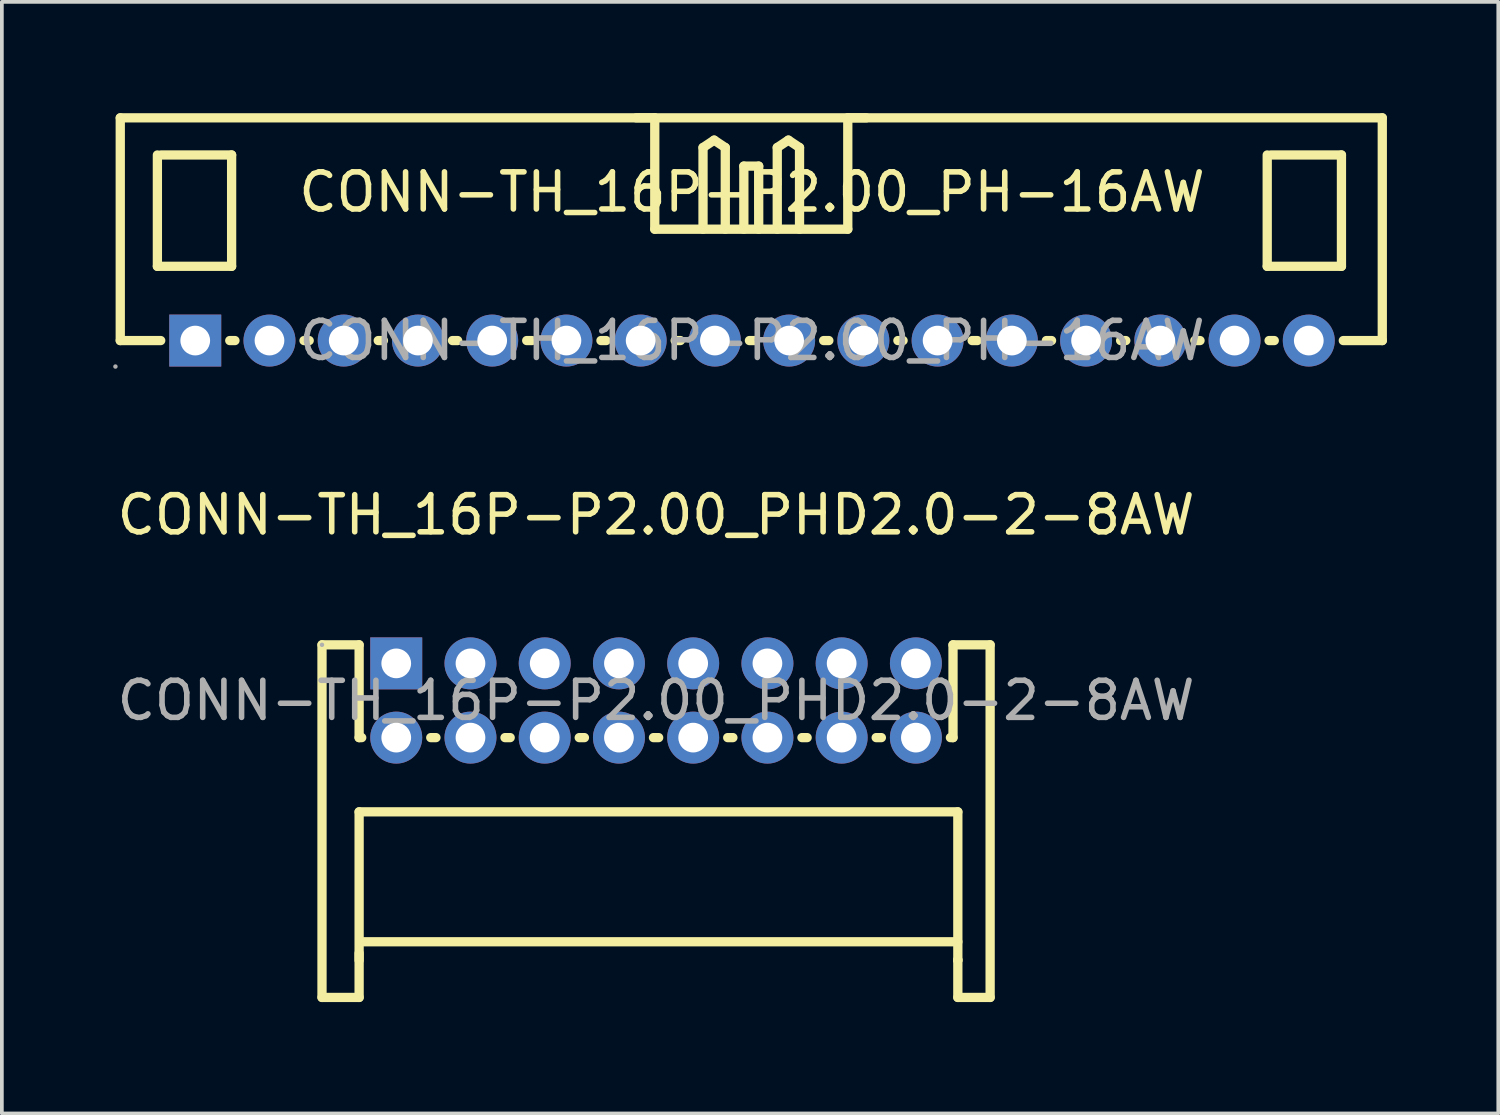
<source format=kicad_pcb>
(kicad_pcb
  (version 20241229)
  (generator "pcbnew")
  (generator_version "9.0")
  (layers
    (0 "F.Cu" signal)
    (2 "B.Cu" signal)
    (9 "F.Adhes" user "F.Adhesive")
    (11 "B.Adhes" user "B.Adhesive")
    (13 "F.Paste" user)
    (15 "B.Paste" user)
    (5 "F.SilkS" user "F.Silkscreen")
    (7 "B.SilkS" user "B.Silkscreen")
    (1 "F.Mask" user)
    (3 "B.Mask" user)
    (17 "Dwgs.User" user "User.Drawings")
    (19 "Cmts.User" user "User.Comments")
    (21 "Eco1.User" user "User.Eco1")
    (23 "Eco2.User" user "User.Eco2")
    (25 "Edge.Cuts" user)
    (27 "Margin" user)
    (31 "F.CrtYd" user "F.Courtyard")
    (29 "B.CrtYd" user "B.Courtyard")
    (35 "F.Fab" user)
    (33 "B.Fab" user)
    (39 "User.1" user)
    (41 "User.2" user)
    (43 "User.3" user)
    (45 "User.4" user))
  (footprint "CONN-TH_16P-P2.00_PHD2.0-2-8AW"
    (layer "F.Cu")
    (at 14.625 15.822)
    (property "Reference" "CONN-TH_16P-P2.00_PHD2.0-2-8AW" (at 0 -5 0) (layer "F.SilkS") (effects (font (size 1 1) (thickness 0.15))))
    (attr through_hole)
    (fp_line (start -9 -1.5) (end -8 -1.5) (stroke (width 0.25) (type solid)) (layer "F.SilkS"))
    (fp_line (start -9 8) (end -9 -1.5) (stroke (width 0.25) (type solid)) (layer "F.SilkS"))
    (fp_line (start -9 8) (end -8 8) (stroke (width 0.25) (type solid)) (layer "F.SilkS"))
    (fp_line (start -8 -1.5) (end -8 1) (stroke (width 0.25) (type solid)) (layer "F.SilkS"))
    (fp_line (start -8 1) (end -7.93 1) (stroke (width 0.25) (type solid)) (layer "F.SilkS"))
    (fp_line (start -8 3) (end -8 7) (stroke (width 0.25) (type solid)) (layer "F.SilkS"))
    (fp_line (start -8 8) (end -8 6.81) (stroke (width 0.25) (type solid)) (layer "F.SilkS"))
    (fp_line (start -7.87 6.5) (end 8.13 6.5) (stroke (width 0.25) (type solid)) (layer "F.SilkS"))
    (fp_line (start -6.07 1) (end -5.93 1) (stroke (width 0.25) (type solid)) (layer "F.SilkS"))
    (fp_line (start -4.07 1) (end -3.93 1) (stroke (width 0.25) (type solid)) (layer "F.SilkS"))
    (fp_line (start -2.07 1) (end -1.93 1) (stroke (width 0.25) (type solid)) (layer "F.SilkS"))
    (fp_line (start -0.07 1) (end 0.07 1) (stroke (width 0.25) (type solid)) (layer "F.SilkS"))
    (fp_line (start 1.93 1) (end 2.07 1) (stroke (width 0.25) (type solid)) (layer "F.SilkS"))
    (fp_line (start 3.93 1) (end 4.07 1) (stroke (width 0.25) (type solid)) (layer "F.SilkS"))
    (fp_line (start 5.93 1) (end 6.07 1) (stroke (width 0.25) (type solid)) (layer "F.SilkS"))
    (fp_line (start 7.93 1) (end 8 1) (stroke (width 0.25) (type solid)) (layer "F.SilkS"))
    (fp_line (start 8 -1.5) (end 9 -1.5) (stroke (width 0.25) (type solid)) (layer "F.SilkS"))
    (fp_line (start 8 1) (end 8 -1.5) (stroke (width 0.25) (type solid)) (layer "F.SilkS"))
    (fp_line (start 8.13 3) (end -8 3) (stroke (width 0.25) (type solid)) (layer "F.SilkS"))
    (fp_line (start 8.13 6.98) (end 8.13 7) (stroke (width 0.25) (type solid)) (layer "F.SilkS"))
    (fp_line (start 8.13 7) (end 8.13 3) (stroke (width 0.25) (type solid)) (layer "F.SilkS"))
    (fp_line (start 8.13 7) (end 8.13 8) (stroke (width 0.25) (type solid)) (layer "F.SilkS"))
    (fp_line (start 8.13 8) (end 9 8) (stroke (width 0.25) (type solid)) (layer "F.SilkS"))
    (fp_line (start 9 -1.5) (end 9 8) (stroke (width 0.25) (type solid)) (layer "F.SilkS"))
    (fp_circle (center -9 -1.5) (end -8.97 -1.5) (stroke (width 0.06) (type solid)) (fill no) (layer "F.Fab"))
    (fp_text user "${REFERENCE}" (at 0 0 0) (layer "F.Fab") (effects (font (size 1 1) (thickness 0.15))))
    (pad "1" thru_hole rect (at -7 -1) (size 1.4 1.4) (drill 0.8) (layers "*.Cu" "*.Paste" "*.Mask"))
    (pad "2" thru_hole circle (at -7 1) (size 1.4 1.4) (drill 0.8) (layers "*.Cu" "*.Paste" "*.Mask"))
    (pad "3" thru_hole circle (at -5 -1) (size 1.4 1.4) (drill 0.8) (layers "*.Cu" "*.Paste" "*.Mask"))
    (pad "4" thru_hole circle (at -5 1) (size 1.4 1.4) (drill 0.8) (layers "*.Cu" "*.Paste" "*.Mask"))
    (pad "5" thru_hole circle (at -3 -1) (size 1.4 1.4) (drill 0.8) (layers "*.Cu" "*.Paste" "*.Mask"))
    (pad "6" thru_hole circle (at -3 1) (size 1.4 1.4) (drill 0.8) (layers "*.Cu" "*.Paste" "*.Mask"))
    (pad "7" thru_hole circle (at -1 -1) (size 1.4 1.4) (drill 0.8) (layers "*.Cu" "*.Paste" "*.Mask"))
    (pad "8" thru_hole circle (at -1 1) (size 1.4 1.4) (drill 0.8) (layers "*.Cu" "*.Paste" "*.Mask"))
    (pad "9" thru_hole circle (at 1 -1) (size 1.4 1.4) (drill 0.8) (layers "*.Cu" "*.Paste" "*.Mask"))
    (pad "10" thru_hole circle (at 1 1) (size 1.4 1.4) (drill 0.8) (layers "*.Cu" "*.Paste" "*.Mask"))
    (pad "11" thru_hole circle (at 3 -1) (size 1.4 1.4) (drill 0.8) (layers "*.Cu" "*.Paste" "*.Mask"))
    (pad "12" thru_hole circle (at 3 1) (size 1.4 1.4) (drill 0.8) (layers "*.Cu" "*.Paste" "*.Mask"))
    (pad "13" thru_hole circle (at 5 -1) (size 1.4 1.4) (drill 0.8) (layers "*.Cu" "*.Paste" "*.Mask"))
    (pad "14" thru_hole circle (at 5 1) (size 1.4 1.4) (drill 0.8) (layers "*.Cu" "*.Paste" "*.Mask"))
    (pad "15" thru_hole circle (at 7 -1) (size 1.4 1.4) (drill 0.8) (layers "*.Cu" "*.Paste" "*.Mask"))
    (pad "16" thru_hole circle (at 7 1) (size 1.4 1.4) (drill 0.8) (layers "*.Cu" "*.Paste" "*.Mask")))
  (footprint "CONN-TH_16P-P2.00_PH-16AW"
    (layer "F.Cu")
    (at 17.21 6.125)
    (property "Reference" "CONN-TH_16P-P2.00_PH-16AW" (at 0 -4 0) (layer "F.SilkS") (effects (font (size 1 1) (thickness 0.15))))
    (attr through_hole)
    (fp_line (start -17.02 -6) (end -17.02 0) (stroke (width 0.25) (type solid)) (layer "F.SilkS"))
    (fp_line (start -17.02 -6) (end -2.62 -6) (stroke (width 0.25) (type solid)) (layer "F.SilkS"))
    (fp_line (start -17.02 0) (end -15.93 0) (stroke (width 0.25) (type solid)) (layer "F.SilkS"))
    (fp_line (start -16.02 -2) (end -16.02 -5) (stroke (width 0.25) (type solid)) (layer "F.SilkS"))
    (fp_line (start -15.92 -5) (end -14.02 -5) (stroke (width 0.25) (type solid)) (layer "F.SilkS"))
    (fp_line (start -14.07 0) (end -13.93 0) (stroke (width 0.25) (type solid)) (layer "F.SilkS"))
    (fp_line (start -14.02 -5) (end -14.02 -2) (stroke (width 0.25) (type solid)) (layer "F.SilkS"))
    (fp_line (start -14.02 -2) (end -16.02 -2) (stroke (width 0.25) (type solid)) (layer "F.SilkS"))
    (fp_line (start -12.07 0) (end -11.93 0) (stroke (width 0.25) (type solid)) (layer "F.SilkS"))
    (fp_line (start -10.07 0) (end -9.93 0) (stroke (width 0.25) (type solid)) (layer "F.SilkS"))
    (fp_line (start -8.07 0) (end -7.93 0) (stroke (width 0.25) (type solid)) (layer "F.SilkS"))
    (fp_line (start -6.07 0) (end -5.93 0) (stroke (width 0.25) (type solid)) (layer "F.SilkS"))
    (fp_line (start -4.07 0) (end -3.93 0) (stroke (width 0.25) (type solid)) (layer "F.SilkS"))
    (fp_line (start -3.12 -6) (end 3.08 -6) (stroke (width 0.25) (type solid)) (layer "F.SilkS"))
    (fp_line (start -2.62 -6) (end -2.62 -3) (stroke (width 0.25) (type solid)) (layer "F.SilkS"))
    (fp_line (start -2.62 -3) (end 2.58 -3) (stroke (width 0.25) (type solid)) (layer "F.SilkS"))
    (fp_line (start -2.07 0) (end -1.93 0) (stroke (width 0.25) (type solid)) (layer "F.SilkS"))
    (fp_line (start -1.32 -5.2) (end -1.02 -5.4) (stroke (width 0.25) (type solid)) (layer "F.SilkS"))
    (fp_line (start -1.32 -3) (end -1.32 -5.2) (stroke (width 0.25) (type solid)) (layer "F.SilkS"))
    (fp_line (start -1.02 -5.4) (end -0.72 -5.2) (stroke (width 0.25) (type solid)) (layer "F.SilkS"))
    (fp_line (start -0.72 -5.2) (end -0.72 -3) (stroke (width 0.25) (type solid)) (layer "F.SilkS"))
    (fp_line (start -0.22 -4.7) (end 0.18 -4.7) (stroke (width 0.25) (type solid)) (layer "F.SilkS"))
    (fp_line (start -0.22 -3) (end -0.22 -4.7) (stroke (width 0.25) (type solid)) (layer "F.SilkS"))
    (fp_line (start -0.07 0) (end 0.07 0) (stroke (width 0.25) (type solid)) (layer "F.SilkS"))
    (fp_line (start 0.18 -4.7) (end 0.18 -3) (stroke (width 0.25) (type solid)) (layer "F.SilkS"))
    (fp_line (start 0.68 -5.2) (end 0.98 -5.4) (stroke (width 0.25) (type solid)) (layer "F.SilkS"))
    (fp_line (start 0.68 -3) (end 0.68 -5.2) (stroke (width 0.25) (type solid)) (layer "F.SilkS"))
    (fp_line (start 0.98 -5.4) (end 1.28 -5.2) (stroke (width 0.25) (type solid)) (layer "F.SilkS"))
    (fp_line (start 1.28 -5.2) (end 1.28 -3) (stroke (width 0.25) (type solid)) (layer "F.SilkS"))
    (fp_line (start 1.93 0) (end 2.07 0) (stroke (width 0.25) (type solid)) (layer "F.SilkS"))
    (fp_line (start 2.58 -6) (end 16.98 -6) (stroke (width 0.25) (type solid)) (layer "F.SilkS"))
    (fp_line (start 2.58 -3) (end 2.58 -6) (stroke (width 0.25) (type solid)) (layer "F.SilkS"))
    (fp_line (start 3.93 0) (end 4.07 0) (stroke (width 0.25) (type solid)) (layer "F.SilkS"))
    (fp_line (start 5.93 0) (end 6.07 0) (stroke (width 0.25) (type solid)) (layer "F.SilkS"))
    (fp_line (start 7.93 0) (end 8.07 0) (stroke (width 0.25) (type solid)) (layer "F.SilkS"))
    (fp_line (start 9.93 0) (end 10.07 0) (stroke (width 0.25) (type solid)) (layer "F.SilkS"))
    (fp_line (start 11.93 0) (end 12.07 0) (stroke (width 0.25) (type solid)) (layer "F.SilkS"))
    (fp_line (start 13.88 -2) (end 13.88 -5) (stroke (width 0.25) (type solid)) (layer "F.SilkS"))
    (fp_line (start 13.93 0) (end 14.07 0) (stroke (width 0.25) (type solid)) (layer "F.SilkS"))
    (fp_line (start 13.98 -5) (end 15.88 -5) (stroke (width 0.25) (type solid)) (layer "F.SilkS"))
    (fp_line (start 15.88 -5) (end 15.88 -2) (stroke (width 0.25) (type solid)) (layer "F.SilkS"))
    (fp_line (start 15.88 -2) (end 13.88 -2) (stroke (width 0.25) (type solid)) (layer "F.SilkS"))
    (fp_line (start 15.93 0) (end 16.98 0) (stroke (width 0.25) (type solid)) (layer "F.SilkS"))
    (fp_line (start 16.98 0) (end 16.98 -6) (stroke (width 0.25) (type solid)) (layer "F.SilkS"))
    (fp_circle (center -17.15 0.7) (end -17.12 0.7) (stroke (width 0.06) (type solid)) (fill no) (layer "F.Fab"))
    (fp_circle (center -15 0) (end -14.85 0) (stroke (width 0.3) (type solid)) (fill no) (layer "F.Fab"))
    (fp_circle (center -13 0) (end -12.85 0) (stroke (width 0.3) (type solid)) (fill no) (layer "F.Fab"))
    (fp_circle (center -11 0) (end -10.85 0) (stroke (width 0.3) (type solid)) (fill no) (layer "F.Fab"))
    (fp_circle (center -9 0) (end -8.85 0) (stroke (width 0.3) (type solid)) (fill no) (layer "F.Fab"))
    (fp_circle (center -7 0) (end -6.85 0) (stroke (width 0.3) (type solid)) (fill no) (layer "F.Fab"))
    (fp_circle (center -5 0) (end -4.85 0) (stroke (width 0.3) (type solid)) (fill no) (layer "F.Fab"))
    (fp_circle (center -3 0) (end -2.85 0) (stroke (width 0.3) (type solid)) (fill no) (layer "F.Fab"))
    (fp_circle (center -1 0) (end -0.85 0) (stroke (width 0.3) (type solid)) (fill no) (layer "F.Fab"))
    (fp_circle (center 1 0) (end 1.15 0) (stroke (width 0.3) (type solid)) (fill no) (layer "F.Fab"))
    (fp_circle (center 3 0) (end 3.15 0) (stroke (width 0.3) (type solid)) (fill no) (layer "F.Fab"))
    (fp_circle (center 5 0) (end 5.15 0) (stroke (width 0.3) (type solid)) (fill no) (layer "F.Fab"))
    (fp_circle (center 7 0) (end 7.15 0) (stroke (width 0.3) (type solid)) (fill no) (layer "F.Fab"))
    (fp_circle (center 9 0) (end 9.15 0) (stroke (width 0.3) (type solid)) (fill no) (layer "F.Fab"))
    (fp_circle (center 11 0) (end 11.15 0) (stroke (width 0.3) (type solid)) (fill no) (layer "F.Fab"))
    (fp_circle (center 13 0) (end 13.15 0) (stroke (width 0.3) (type solid)) (fill no) (layer "F.Fab"))
    (fp_circle (center 15 0) (end 15.15 0) (stroke (width 0.3) (type solid)) (fill no) (layer "F.Fab"))
    (fp_text user "${REFERENCE}" (at 0 0 0) (layer "F.Fab") (effects (font (size 1 1) (thickness 0.15))))
    (pad "1" thru_hole rect (at -15 0) (size 1.4 1.4) (drill 0.8) (layers "*.Cu" "*.Paste" "*.Mask"))
    (pad "2" thru_hole circle (at -13 0) (size 1.4 1.4) (drill 0.8) (layers "*.Cu" "*.Paste" "*.Mask"))
    (pad "3" thru_hole circle (at -11 0) (size 1.4 1.4) (drill 0.8) (layers "*.Cu" "*.Paste" "*.Mask"))
    (pad "4" thru_hole circle (at -9 0) (size 1.4 1.4) (drill 0.8) (layers "*.Cu" "*.Paste" "*.Mask"))
    (pad "5" thru_hole circle (at -7 0) (size 1.4 1.4) (drill 0.8) (layers "*.Cu" "*.Paste" "*.Mask"))
    (pad "6" thru_hole circle (at -5 0) (size 1.4 1.4) (drill 0.8) (layers "*.Cu" "*.Paste" "*.Mask"))
    (pad "7" thru_hole circle (at -3 0) (size 1.4 1.4) (drill 0.8) (layers "*.Cu" "*.Paste" "*.Mask"))
    (pad "8" thru_hole circle (at -1 0) (size 1.4 1.4) (drill 0.8) (layers "*.Cu" "*.Paste" "*.Mask"))
    (pad "9" thru_hole circle (at 1 0) (size 1.4 1.4) (drill 0.8) (layers "*.Cu" "*.Paste" "*.Mask"))
    (pad "10" thru_hole circle (at 3 0) (size 1.4 1.4) (drill 0.8) (layers "*.Cu" "*.Paste" "*.Mask"))
    (pad "11" thru_hole circle (at 5 0) (size 1.4 1.4) (drill 0.8) (layers "*.Cu" "*.Paste" "*.Mask"))
    (pad "12" thru_hole circle (at 7 0) (size 1.4 1.4) (drill 0.8) (layers "*.Cu" "*.Paste" "*.Mask"))
    (pad "13" thru_hole circle (at 9 0) (size 1.4 1.4) (drill 0.8) (layers "*.Cu" "*.Paste" "*.Mask"))
    (pad "14" thru_hole circle (at 11 0) (size 1.4 1.4) (drill 0.8) (layers "*.Cu" "*.Paste" "*.Mask"))
    (pad "15" thru_hole circle (at 13 0) (size 1.4 1.4) (drill 0.8) (layers "*.Cu" "*.Paste" "*.Mask"))
    (pad "16" thru_hole circle (at 15 0) (size 1.4 1.4) (drill 0.8) (layers "*.Cu" "*.Paste" "*.Mask")))
  (gr_rect
    (start -3 -3)
    (end 37.315 26.947)
    (stroke (width 0.1) (type default))
    (fill no)
    (layer "Edge.Cuts")))
</source>
